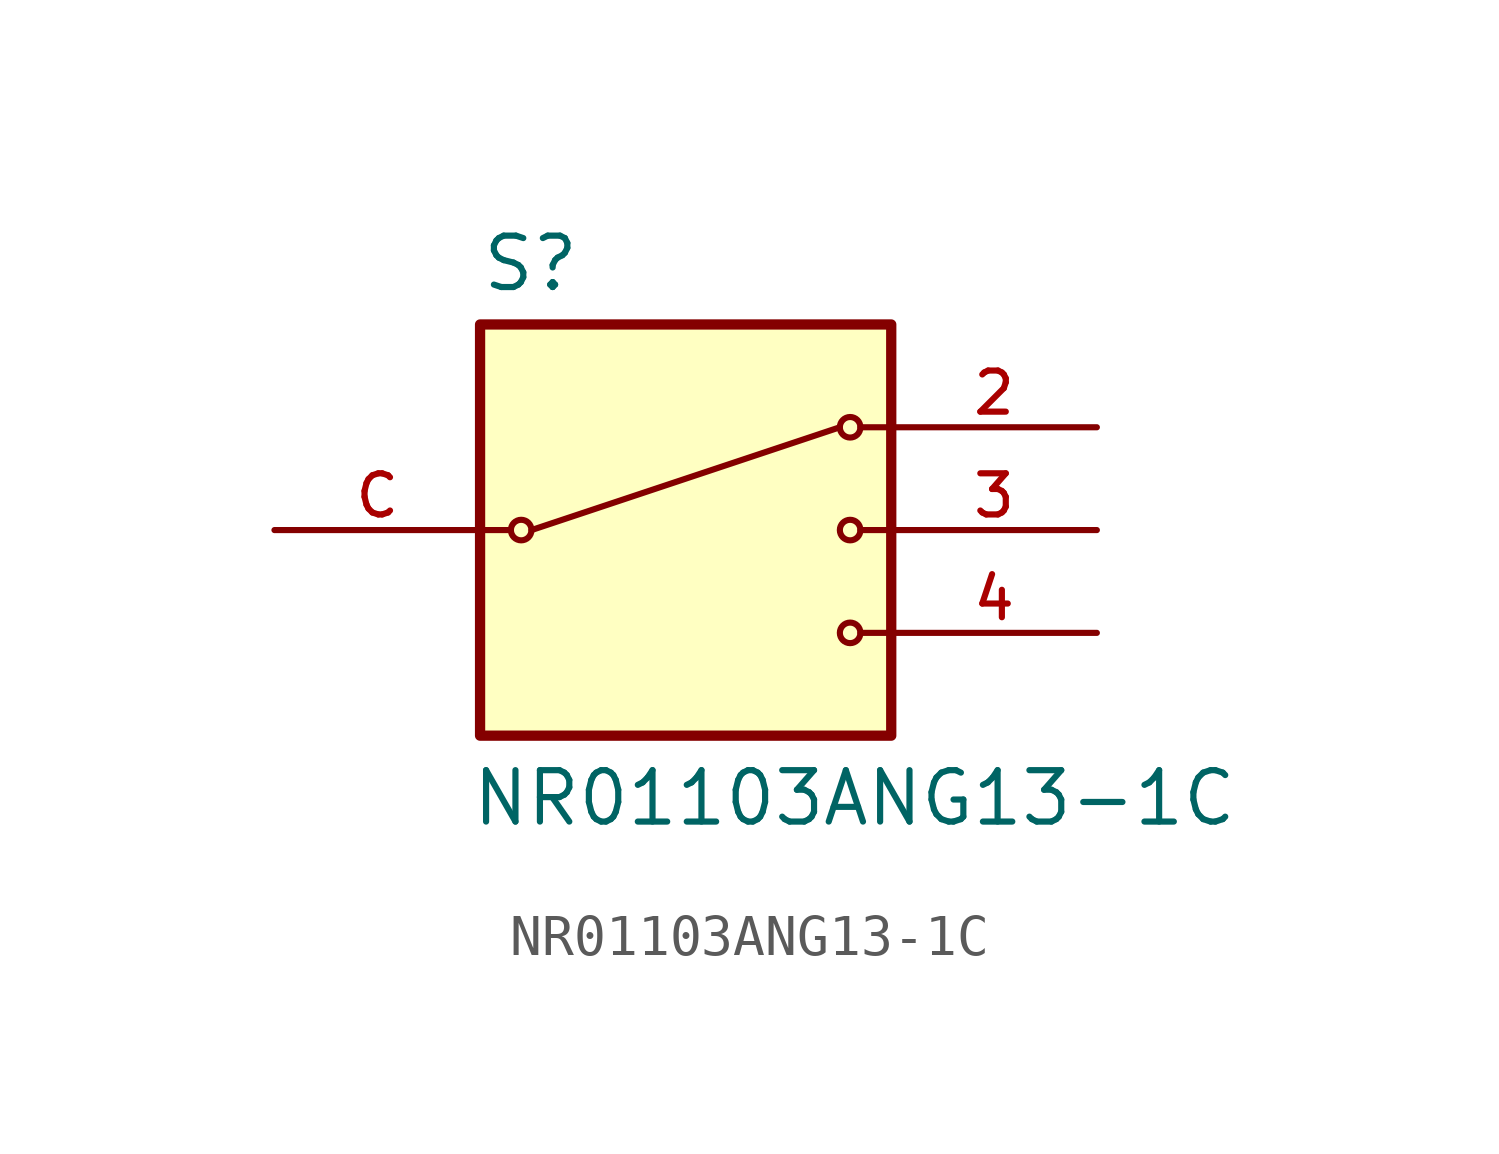
<source format=kicad_sym>
(kicad_symbol_lib
  (version 20211014)
  (generator kicad_symbol_editor)
  (symbol "NR01103ANG13-1C"
    (pin_names
      (offset 1.016))
    (property "Reference" "S"
      (at -5.08 5.842 0)
      (effects (font (size 1.27 1.27)) (justify bottom left)))
    (property "Value" "NR01103ANG13-1C"
      (at -5.334 -7.366 0)
      (effects (font (size 1.27 1.27)) (justify bottom left)))
    (symbol "NR01103ANG13-1C_0_0"
      (circle (center -4.064 0.0) (radius 0.254) (stroke (width 0.152)) (fill (type none)))
      (polyline (pts (xy -4.318 0.0) (xy -5.08 0.0)) (stroke (width 0.152)))
      (circle (center 4.064 2.54) (radius 0.254) (stroke (width 0.152)) (fill (type none)))
      (polyline (pts (xy 4.318 2.54) (xy 5.08 2.54)) (stroke (width 0.152)))
      (circle (center 4.064 0.0) (radius 0.254) (stroke (width 0.152)) (fill (type none)))
      (polyline (pts (xy 4.318 0.0) (xy 5.08 0.0)) (stroke (width 0.152)))
      (circle (center 4.064 -2.54) (radius 0.254) (stroke (width 0.152)) (fill (type none)))
      (polyline (pts (xy 4.318 -2.54) (xy 5.08 -2.54)) (stroke (width 0.152)))
      (polyline (pts (xy -3.81 0.0) (xy 3.81 2.54)) (stroke (width 0.152)))
      (rectangle (start -5.08 -5.08) (end 5.08 5.08) (stroke (width 0.254)) (fill (type background)))
      (pin passive line (at 10.16 2.54 180.0) (length 5.08) (name "~" (effects (font (size 1.016 1.016)))) (number "2" (effects (font (size 1.016 1.016)))))
      (pin passive line (at -10.16 0.0 0) (length 5.08) (name "~" (effects (font (size 1.016 1.016)))) (number "C" (effects (font (size 1.016 1.016)))))
      (pin passive line (at 10.16 0.0 180.0) (length 5.08) (name "~" (effects (font (size 1.016 1.016)))) (number "3" (effects (font (size 1.016 1.016)))))
      (pin passive line (at 10.16 -2.54 180.0) (length 5.08) (name "~" (effects (font (size 1.016 1.016)))) (number "4" (effects (font (size 1.016 1.016))))))))
</source>
